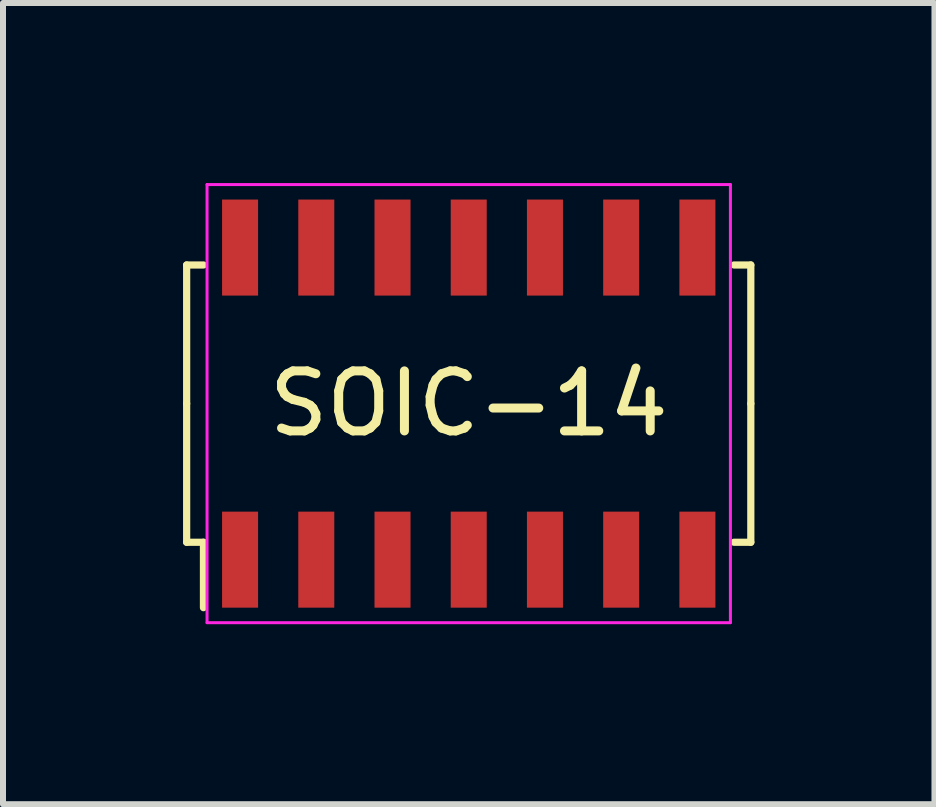
<source format=kicad_pcb>
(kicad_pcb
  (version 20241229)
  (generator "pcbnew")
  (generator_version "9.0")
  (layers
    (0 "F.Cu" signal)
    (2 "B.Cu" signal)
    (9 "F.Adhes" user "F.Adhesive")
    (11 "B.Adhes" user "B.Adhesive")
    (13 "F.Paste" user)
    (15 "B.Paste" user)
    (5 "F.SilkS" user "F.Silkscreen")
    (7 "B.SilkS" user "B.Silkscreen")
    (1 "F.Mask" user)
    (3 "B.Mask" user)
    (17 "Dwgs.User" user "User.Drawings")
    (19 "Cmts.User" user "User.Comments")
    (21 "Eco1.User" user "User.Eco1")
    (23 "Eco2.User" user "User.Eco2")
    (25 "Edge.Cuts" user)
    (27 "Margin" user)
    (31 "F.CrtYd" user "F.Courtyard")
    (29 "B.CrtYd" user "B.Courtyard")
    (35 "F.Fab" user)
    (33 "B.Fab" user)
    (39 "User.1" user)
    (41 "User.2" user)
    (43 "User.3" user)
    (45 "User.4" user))
  (footprint "SOIC-14"
    (layer "F.Cu")
    (at 4.76 3.675)
    (property "Reference" "SOIC-14" (at 0 0 180) (layer "F.SilkS") (effects (font (size 1 1) (thickness 0.15))))
    (attr smd)
    (fp_line (start -4.7 -2.31) (end -4.42 -2.31) (stroke (width 0.12) (type solid)) (layer "F.SilkS"))
    (fp_line (start -4.7 0) (end -4.7 -2.31) (stroke (width 0.12) (type solid)) (layer "F.SilkS"))
    (fp_line (start -4.7 0) (end -4.7 2.31) (stroke (width 0.12) (type solid)) (layer "F.SilkS"))
    (fp_line (start -4.7 2.31) (end -4.42 2.31) (stroke (width 0.12) (type solid)) (layer "F.SilkS"))
    (fp_line (start -4.42 2.31) (end -4.42 3.4) (stroke (width 0.12) (type solid)) (layer "F.SilkS"))
    (fp_line (start 4.7 -2.31) (end 4.42 -2.31) (stroke (width 0.12) (type solid)) (layer "F.SilkS"))
    (fp_line (start 4.7 0) (end 4.7 -2.31) (stroke (width 0.12) (type solid)) (layer "F.SilkS"))
    (fp_line (start 4.7 0) (end 4.7 2.31) (stroke (width 0.12) (type solid)) (layer "F.SilkS"))
    (fp_line (start 4.7 2.31) (end 4.42 2.31) (stroke (width 0.12) (type solid)) (layer "F.SilkS"))
    (fp_line (start -4.36 -3.65) (end 4.36 -3.65) (stroke (width 0.05) (type default)) (layer "F.CrtYd"))
    (fp_line (start -4.36 3.65) (end -4.36 -3.65) (stroke (width 0.05) (type default)) (layer "F.CrtYd"))
    (fp_line (start 4.36 -3.65) (end 4.36 3.65) (stroke (width 0.05) (type default)) (layer "F.CrtYd"))
    (fp_line (start 4.36 3.65) (end -4.36 3.65) (stroke (width 0.05) (type default)) (layer "F.CrtYd"))
    (pad "1" smd rect (at -3.81 2.6) (size 0.6 1.6) (layers "F.Cu" "F.Mask" "F.Paste"))
    (pad "2" smd rect (at -2.54 2.6) (size 0.6 1.6) (layers "F.Cu" "F.Mask" "F.Paste"))
    (pad "3" smd rect (at -1.27 2.6) (size 0.6 1.6) (layers "F.Cu" "F.Mask" "F.Paste"))
    (pad "4" smd rect (at 0 2.6) (size 0.6 1.6) (layers "F.Cu" "F.Mask" "F.Paste"))
    (pad "5" smd rect (at 1.27 2.6) (size 0.6 1.6) (layers "F.Cu" "F.Mask" "F.Paste"))
    (pad "6" smd rect (at 2.54 2.6) (size 0.6 1.6) (layers "F.Cu" "F.Mask" "F.Paste"))
    (pad "7" smd rect (at 3.81 2.6) (size 0.6 1.6) (layers "F.Cu" "F.Mask" "F.Paste"))
    (pad "8" smd rect (at 3.81 -2.6) (size 0.6 1.6) (layers "F.Cu" "F.Mask" "F.Paste"))
    (pad "9" smd rect (at 2.54 -2.6) (size 0.6 1.6) (layers "F.Cu" "F.Mask" "F.Paste"))
    (pad "10" smd rect (at 1.27 -2.6) (size 0.6 1.6) (layers "F.Cu" "F.Mask" "F.Paste"))
    (pad "11" smd rect (at 0 -2.6) (size 0.6 1.6) (layers "F.Cu" "F.Mask" "F.Paste"))
    (pad "12" smd rect (at -1.27 -2.6) (size 0.6 1.6) (layers "F.Cu" "F.Mask" "F.Paste"))
    (pad "13" smd rect (at -2.54 -2.6) (size 0.6 1.6) (layers "F.Cu" "F.Mask" "F.Paste"))
    (pad "14" smd rect (at -3.81 -2.6) (size 0.6 1.6) (layers "F.Cu" "F.Mask" "F.Paste")))
  (gr_rect
    (start -3 -3)
    (end 12.52 10.35)
    (stroke (width 0.1) (type default))
    (fill no)
    (layer "Edge.Cuts")))
</source>
